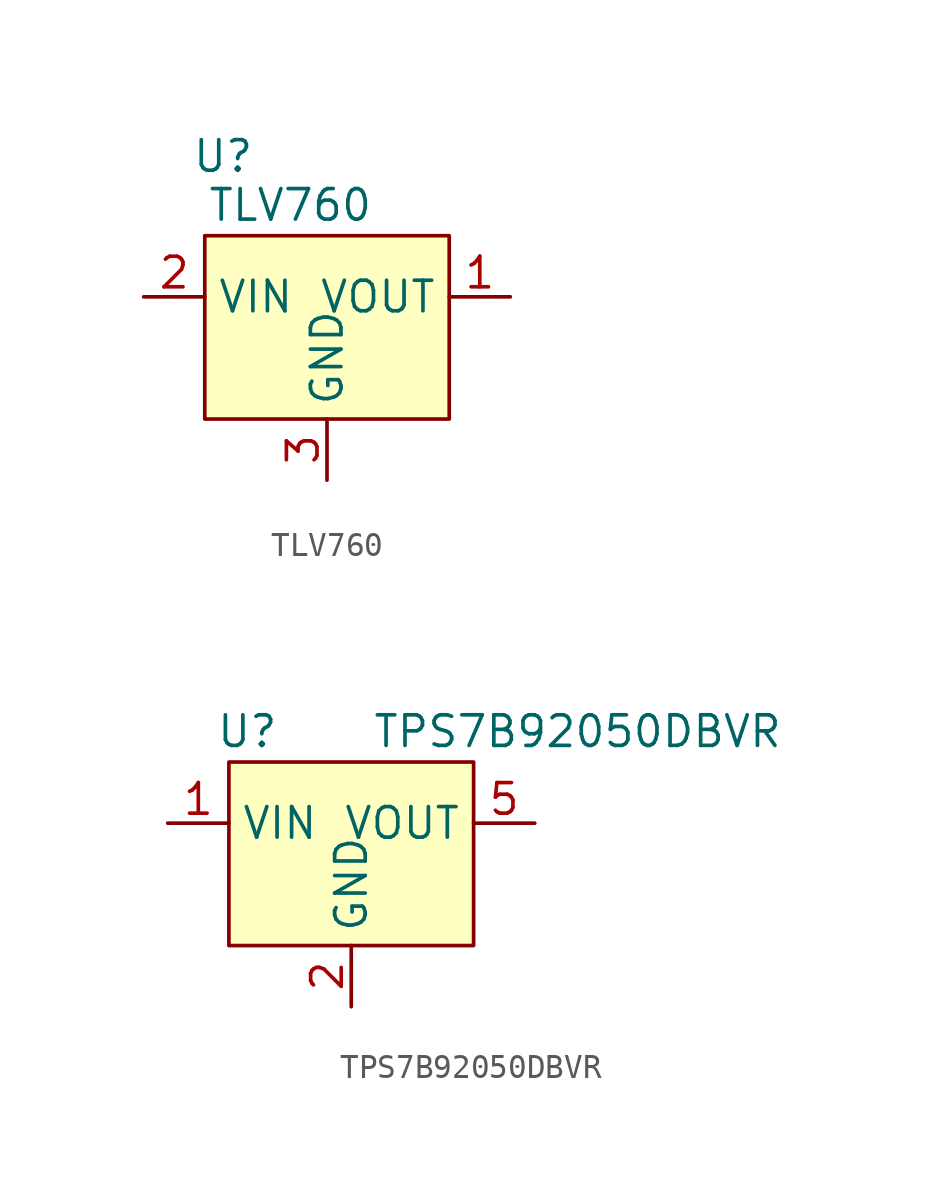
<source format=kicad_sym>
(kicad_symbol_lib
  (version 20231120)
  (generator "kicad_symbol_editor")
  (generator_version "8.0")
  (symbol "TLV760"
    (property "Reference" "U"
      (at -4.318 7.112 0)
      (effects (font (size 1.27 1.27))))
    (property "Value" "TLV760"
      (at -1.524 5.08 0)
      (effects (font (size 1.27 1.27))))
    (symbol "TLV760_1_1"
      (rectangle (start -5.08 3.81) (end 5.08 -3.81) (stroke (width 0) (type default)) (fill (type background)))
      (pin output line (at 7.62 1.27 180) (length 2.54) (name "VOUT" (effects (font (size 1.27 1.27)))) (number "1" (effects (font (size 1.27 1.27)))))
      (pin input line (at -7.62 1.27 0) (length 2.54) (name "VIN" (effects (font (size 1.27 1.27)))) (number "2" (effects (font (size 1.27 1.27)))))
      (pin passive line (at 0 -6.35 90) (length 2.54) (name "GND" (effects (font (size 1.27 1.27)))) (number "3" (effects (font (size 1.27 1.27)))))))
  (symbol "TPS7B92050DBVR"
    (property "Reference" "U"
      (at -4.318 5.08 0)
      (effects (font (size 1.27 1.27))))
    (property "Value" "TPS7B92050DBVR"
      (at 9.398 5.08 0)
      (effects (font (size 1.27 1.27))))
    (symbol "TPS7B92050DBVR_1_0"
      (pin no_connect line (at -7.62 -1.27 0) (length 2.54) hide (name "NC" (effects (font (size 1.27 1.27)))) (number "3" (effects (font (size 1.27 1.27)))))
      (pin no_connect line (at 7.62 -1.27 180) (length 2.54) hide (name "NC" (effects (font (size 1.27 1.27)))) (number "4" (effects (font (size 1.27 1.27))))))
    (symbol "TPS7B92050DBVR_1_1"
      (rectangle (start -5.08 3.81) (end 5.08 -3.81) (stroke (width 0) (type default)) (fill (type background)))
      (pin input line (at -7.62 1.27 0) (length 2.54) (name "VIN" (effects (font (size 1.27 1.27)))) (number "1" (effects (font (size 1.27 1.27)))))
      (pin passive line (at 0 -6.35 90) (length 2.54) (name "GND" (effects (font (size 1.27 1.27)))) (number "2" (effects (font (size 1.27 1.27)))))
      (pin output line (at 7.62 1.27 180) (length 2.54) (name "VOUT" (effects (font (size 1.27 1.27)))) (number "5" (effects (font (size 1.27 1.27))))))))
</source>
